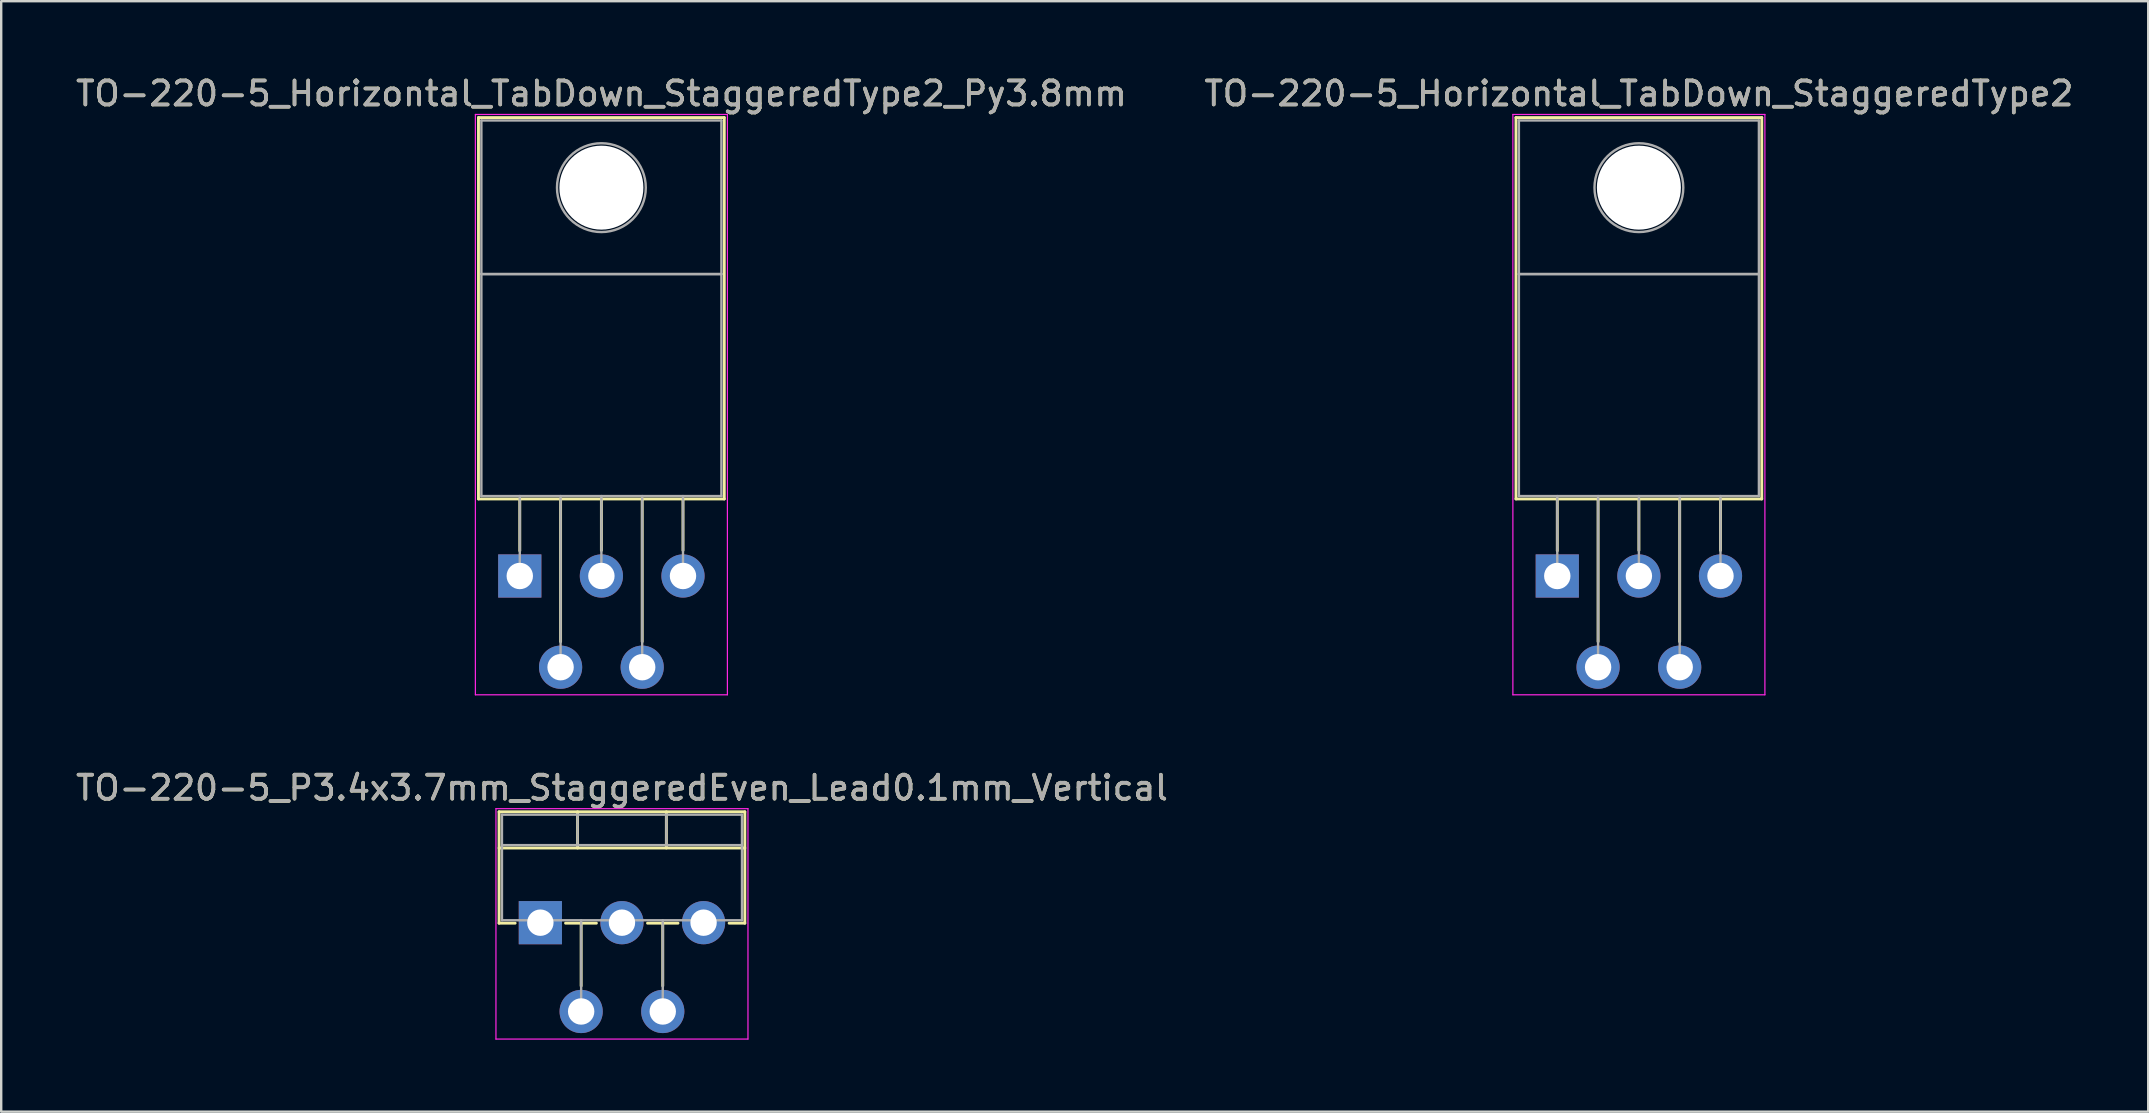
<source format=kicad_pcb>
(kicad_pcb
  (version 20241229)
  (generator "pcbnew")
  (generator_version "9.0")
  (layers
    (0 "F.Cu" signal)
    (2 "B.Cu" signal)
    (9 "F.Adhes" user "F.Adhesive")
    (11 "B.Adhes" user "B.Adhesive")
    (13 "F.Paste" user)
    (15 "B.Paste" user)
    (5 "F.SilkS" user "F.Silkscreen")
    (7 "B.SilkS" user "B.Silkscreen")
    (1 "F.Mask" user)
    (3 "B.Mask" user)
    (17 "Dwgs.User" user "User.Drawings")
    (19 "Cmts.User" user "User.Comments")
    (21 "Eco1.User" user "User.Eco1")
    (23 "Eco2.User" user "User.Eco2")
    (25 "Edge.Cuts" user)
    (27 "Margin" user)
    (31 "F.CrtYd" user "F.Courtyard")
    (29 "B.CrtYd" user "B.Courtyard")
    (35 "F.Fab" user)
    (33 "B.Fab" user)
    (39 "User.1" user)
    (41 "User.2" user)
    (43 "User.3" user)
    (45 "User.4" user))
  (footprint "TO-220-5_P3.4x3.7mm_StaggeredEven_Lead0.1mm_Vertical"
    (layer "F.Cu")
    (at 19.463 35.392)
    (property "Reference" "TO-220-5_P3.4x3.7mm_StaggeredEven_Lead0.1mm_Vertical" (at 3.4 -5.62 0) (layer "F.SilkS") (effects (font (size 1 1) (thickness 0.15))))
    (attr through_hole)
    (fp_line (start -1.721 -4.62) (end -1.721 0.021) (stroke (width 0.12) (type solid)) (layer "F.SilkS"))
    (fp_line (start -1.721 -4.62) (end 8.52 -4.62) (stroke (width 0.12) (type solid)) (layer "F.SilkS"))
    (fp_line (start -1.721 -3.111) (end 8.52 -3.111) (stroke (width 0.12) (type solid)) (layer "F.SilkS"))
    (fp_line (start -1.721 0.021) (end -1.05 0.021) (stroke (width 0.12) (type solid)) (layer "F.SilkS"))
    (fp_line (start 1.05 0.021) (end 2.335 0.021) (stroke (width 0.12) (type solid)) (layer "F.SilkS"))
    (fp_line (start 1.55 -4.62) (end 1.55 -3.111) (stroke (width 0.12) (type solid)) (layer "F.SilkS"))
    (fp_line (start 1.7 0.021) (end 1.7 2.635) (stroke (width 0.12) (type solid)) (layer "F.SilkS"))
    (fp_line (start 4.465 0.021) (end 5.735 0.021) (stroke (width 0.12) (type solid)) (layer "F.SilkS"))
    (fp_line (start 5.1 0.021) (end 5.1 2.635) (stroke (width 0.12) (type solid)) (layer "F.SilkS"))
    (fp_line (start 5.25 -4.62) (end 5.25 -3.111) (stroke (width 0.12) (type solid)) (layer "F.SilkS"))
    (fp_line (start 7.865 0.021) (end 8.52 0.021) (stroke (width 0.12) (type solid)) (layer "F.SilkS"))
    (fp_line (start 8.52 -4.62) (end 8.52 0.021) (stroke (width 0.12) (type solid)) (layer "F.SilkS"))
    (fp_line (start -1.85 -4.75) (end -1.85 4.85) (stroke (width 0.05) (type solid)) (layer "F.CrtYd"))
    (fp_line (start -1.85 4.85) (end 8.65 4.85) (stroke (width 0.05) (type solid)) (layer "F.CrtYd"))
    (fp_line (start 8.65 -4.75) (end -1.85 -4.75) (stroke (width 0.05) (type solid)) (layer "F.CrtYd"))
    (fp_line (start 8.65 4.85) (end 8.65 -4.75) (stroke (width 0.05) (type solid)) (layer "F.CrtYd"))
    (fp_line (start -1.6 -4.5) (end -1.6 -0.1) (stroke (width 0.1) (type solid)) (layer "F.Fab"))
    (fp_line (start -1.6 -3.23) (end 8.4 -3.23) (stroke (width 0.1) (type solid)) (layer "F.Fab"))
    (fp_line (start -1.6 -0.1) (end 8.4 -0.1) (stroke (width 0.1) (type solid)) (layer "F.Fab"))
    (fp_line (start 0 -0.1) (end 0 0) (stroke (width 0.1) (type solid)) (layer "F.Fab"))
    (fp_line (start 1.55 -4.5) (end 1.55 -3.23) (stroke (width 0.1) (type solid)) (layer "F.Fab"))
    (fp_line (start 1.7 -0.1) (end 1.7 3.7) (stroke (width 0.1) (type solid)) (layer "F.Fab"))
    (fp_line (start 3.4 -0.1) (end 3.4 0) (stroke (width 0.1) (type solid)) (layer "F.Fab"))
    (fp_line (start 5.1 -0.1) (end 5.1 3.7) (stroke (width 0.1) (type solid)) (layer "F.Fab"))
    (fp_line (start 5.25 -4.5) (end 5.25 -3.23) (stroke (width 0.1) (type solid)) (layer "F.Fab"))
    (fp_line (start 6.8 -0.1) (end 6.8 0) (stroke (width 0.1) (type solid)) (layer "F.Fab"))
    (fp_line (start 8.4 -4.5) (end -1.6 -4.5) (stroke (width 0.1) (type solid)) (layer "F.Fab"))
    (fp_line (start 8.4 -0.1) (end 8.4 -4.5) (stroke (width 0.1) (type solid)) (layer "F.Fab"))
    (fp_text user "${REFERENCE}" (at 3.4 -5.62 0) (layer "F.Fab") (effects (font (size 1 1) (thickness 0.15))))
    (pad "1" thru_hole rect (at 0 0) (size 1.8 1.8) (drill 1.1) (layers "*.Cu" "*.Mask"))
    (pad "2" thru_hole oval (at 1.7 3.7) (size 1.8 1.8) (drill 1.1) (layers "*.Cu" "*.Mask"))
    (pad "3" thru_hole oval (at 3.4 0) (size 1.8 1.8) (drill 1.1) (layers "*.Cu" "*.Mask"))
    (pad "4" thru_hole oval (at 5.1 3.7) (size 1.8 1.8) (drill 1.1) (layers "*.Cu" "*.Mask"))
    (pad "5" thru_hole oval (at 6.8 0) (size 1.8 1.8) (drill 1.1) (layers "*.Cu" "*.Mask")))
  (footprint "TO-220-5_Horizontal_TabDown_StaggeredType2"
    (layer "F.Cu")
    (at 61.832 20.948)
    (property "Reference" "TO-220-5_Horizontal_TabDown_StaggeredType2" (at 3.4 -20.1 0) (layer "F.SilkS") (effects (font (size 1 1) (thickness 0.15))))
    (attr through_hole)
    (fp_line (start -1.721 -19.1) (end -1.721 -3.21) (stroke (width 0.12) (type solid)) (layer "F.SilkS"))
    (fp_line (start -1.721 -19.1) (end 8.52 -19.1) (stroke (width 0.12) (type solid)) (layer "F.SilkS"))
    (fp_line (start -1.721 -3.21) (end 8.52 -3.21) (stroke (width 0.12) (type solid)) (layer "F.SilkS"))
    (fp_line (start 0 -3.21) (end 0 -1.05) (stroke (width 0.12) (type solid)) (layer "F.SilkS"))
    (fp_line (start 1.7 -3.21) (end 1.7 2.735) (stroke (width 0.12) (type solid)) (layer "F.SilkS"))
    (fp_line (start 3.4 -3.21) (end 3.4 -1.066) (stroke (width 0.12) (type solid)) (layer "F.SilkS"))
    (fp_line (start 5.1 -3.21) (end 5.1 2.735) (stroke (width 0.12) (type solid)) (layer "F.SilkS"))
    (fp_line (start 6.8 -3.21) (end 6.8 -1.066) (stroke (width 0.12) (type solid)) (layer "F.SilkS"))
    (fp_line (start 8.52 -19.1) (end 8.52 -3.21) (stroke (width 0.12) (type solid)) (layer "F.SilkS"))
    (fp_line (start -1.85 -19.23) (end -1.85 4.95) (stroke (width 0.05) (type solid)) (layer "F.CrtYd"))
    (fp_line (start -1.85 4.95) (end 8.65 4.95) (stroke (width 0.05) (type solid)) (layer "F.CrtYd"))
    (fp_line (start 8.65 -19.23) (end -1.85 -19.23) (stroke (width 0.05) (type solid)) (layer "F.CrtYd"))
    (fp_line (start 8.65 4.95) (end 8.65 -19.23) (stroke (width 0.05) (type solid)) (layer "F.CrtYd"))
    (fp_line (start -1.6 -18.98) (end 8.4 -18.98) (stroke (width 0.1) (type solid)) (layer "F.Fab"))
    (fp_line (start -1.6 -12.58) (end -1.6 -18.98) (stroke (width 0.1) (type solid)) (layer "F.Fab"))
    (fp_line (start -1.6 -12.58) (end 8.4 -12.58) (stroke (width 0.1) (type solid)) (layer "F.Fab"))
    (fp_line (start -1.6 -3.33) (end -1.6 -12.58) (stroke (width 0.1) (type solid)) (layer "F.Fab"))
    (fp_line (start 0 -3.33) (end 0 0) (stroke (width 0.1) (type solid)) (layer "F.Fab"))
    (fp_line (start 1.7 -3.33) (end 1.7 3.8) (stroke (width 0.1) (type solid)) (layer "F.Fab"))
    (fp_line (start 3.4 -3.33) (end 3.4 0) (stroke (width 0.1) (type solid)) (layer "F.Fab"))
    (fp_line (start 5.1 -3.33) (end 5.1 3.8) (stroke (width 0.1) (type solid)) (layer "F.Fab"))
    (fp_line (start 6.8 -3.33) (end 6.8 0) (stroke (width 0.1) (type solid)) (layer "F.Fab"))
    (fp_line (start 8.4 -18.98) (end 8.4 -12.58) (stroke (width 0.1) (type solid)) (layer "F.Fab"))
    (fp_line (start 8.4 -12.58) (end -1.6 -12.58) (stroke (width 0.1) (type solid)) (layer "F.Fab"))
    (fp_line (start 8.4 -12.58) (end 8.4 -3.33) (stroke (width 0.1) (type solid)) (layer "F.Fab"))
    (fp_line (start 8.4 -3.33) (end -1.6 -3.33) (stroke (width 0.1) (type solid)) (layer "F.Fab"))
    (fp_circle (center 3.4 -16.18) (end 5.25 -16.18) (stroke (width 0.1) (type solid)) (fill no) (layer "F.Fab"))
    (fp_text user "${REFERENCE}" (at 3.4 -20.1 0) (layer "F.Fab") (effects (font (size 1 1) (thickness 0.15))))
    (pad "" np_thru_hole oval (at 3.4 -16.18) (size 3.5 3.5) (drill 3.5) (layers "*.Cu" "*.Mask"))
    (pad "1" thru_hole rect (at 0 0) (size 1.8 1.8) (drill 1.1) (layers "*.Cu" "*.Mask"))
    (pad "2" thru_hole oval (at 1.7 3.8) (size 1.8 1.8) (drill 1.1) (layers "*.Cu" "*.Mask"))
    (pad "3" thru_hole oval (at 3.4 0) (size 1.8 1.8) (drill 1.1) (layers "*.Cu" "*.Mask"))
    (pad "4" thru_hole oval (at 5.1 3.8) (size 1.8 1.8) (drill 1.1) (layers "*.Cu" "*.Mask"))
    (pad "5" thru_hole oval (at 6.8 0) (size 1.8 1.8) (drill 1.1) (layers "*.Cu" "*.Mask")))
  (footprint "TO-220-5_Horizontal_TabDown_StaggeredType2_Py3.8mm"
    (layer "F.Cu")
    (at 18.606 20.948)
    (property "Reference" "TO-220-5_Horizontal_TabDown_StaggeredType2_Py3.8mm" (at 3.4 -20.1 0) (layer "F.SilkS") (effects (font (size 1 1) (thickness 0.15))))
    (attr through_hole)
    (fp_line (start -1.721 -19.1) (end -1.721 -3.21) (stroke (width 0.12) (type solid)) (layer "F.SilkS"))
    (fp_line (start -1.721 -19.1) (end 8.52 -19.1) (stroke (width 0.12) (type solid)) (layer "F.SilkS"))
    (fp_line (start -1.721 -3.21) (end 8.52 -3.21) (stroke (width 0.12) (type solid)) (layer "F.SilkS"))
    (fp_line (start 0 -3.21) (end 0 -1.05) (stroke (width 0.12) (type solid)) (layer "F.SilkS"))
    (fp_line (start 1.7 -3.21) (end 1.7 2.735) (stroke (width 0.12) (type solid)) (layer "F.SilkS"))
    (fp_line (start 3.4 -3.21) (end 3.4 -1.066) (stroke (width 0.12) (type solid)) (layer "F.SilkS"))
    (fp_line (start 5.1 -3.21) (end 5.1 2.735) (stroke (width 0.12) (type solid)) (layer "F.SilkS"))
    (fp_line (start 6.8 -3.21) (end 6.8 -1.066) (stroke (width 0.12) (type solid)) (layer "F.SilkS"))
    (fp_line (start 8.52 -19.1) (end 8.52 -3.21) (stroke (width 0.12) (type solid)) (layer "F.SilkS"))
    (fp_line (start -1.85 -19.23) (end -1.85 4.95) (stroke (width 0.05) (type solid)) (layer "F.CrtYd"))
    (fp_line (start -1.85 4.95) (end 8.65 4.95) (stroke (width 0.05) (type solid)) (layer "F.CrtYd"))
    (fp_line (start 8.65 -19.23) (end -1.85 -19.23) (stroke (width 0.05) (type solid)) (layer "F.CrtYd"))
    (fp_line (start 8.65 4.95) (end 8.65 -19.23) (stroke (width 0.05) (type solid)) (layer "F.CrtYd"))
    (fp_line (start -1.6 -18.98) (end 8.4 -18.98) (stroke (width 0.1) (type solid)) (layer "F.Fab"))
    (fp_line (start -1.6 -12.58) (end -1.6 -18.98) (stroke (width 0.1) (type solid)) (layer "F.Fab"))
    (fp_line (start -1.6 -12.58) (end 8.4 -12.58) (stroke (width 0.1) (type solid)) (layer "F.Fab"))
    (fp_line (start -1.6 -3.33) (end -1.6 -12.58) (stroke (width 0.1) (type solid)) (layer "F.Fab"))
    (fp_line (start 0 -3.33) (end 0 0) (stroke (width 0.1) (type solid)) (layer "F.Fab"))
    (fp_line (start 1.7 -3.33) (end 1.7 3.8) (stroke (width 0.1) (type solid)) (layer "F.Fab"))
    (fp_line (start 3.4 -3.33) (end 3.4 0) (stroke (width 0.1) (type solid)) (layer "F.Fab"))
    (fp_line (start 5.1 -3.33) (end 5.1 3.8) (stroke (width 0.1) (type solid)) (layer "F.Fab"))
    (fp_line (start 6.8 -3.33) (end 6.8 0) (stroke (width 0.1) (type solid)) (layer "F.Fab"))
    (fp_line (start 8.4 -18.98) (end 8.4 -12.58) (stroke (width 0.1) (type solid)) (layer "F.Fab"))
    (fp_line (start 8.4 -12.58) (end -1.6 -12.58) (stroke (width 0.1) (type solid)) (layer "F.Fab"))
    (fp_line (start 8.4 -12.58) (end 8.4 -3.33) (stroke (width 0.1) (type solid)) (layer "F.Fab"))
    (fp_line (start 8.4 -3.33) (end -1.6 -3.33) (stroke (width 0.1) (type solid)) (layer "F.Fab"))
    (fp_circle (center 3.4 -16.18) (end 5.25 -16.18) (stroke (width 0.1) (type solid)) (fill no) (layer "F.Fab"))
    (fp_text user "${REFERENCE}" (at 3.4 -20.1 0) (layer "F.Fab") (effects (font (size 1 1) (thickness 0.15))))
    (pad "" np_thru_hole oval (at 3.4 -16.18) (size 3.5 3.5) (drill 3.5) (layers "*.Cu" "*.Mask"))
    (pad "1" thru_hole rect (at 0 0) (size 1.8 1.8) (drill 1.1) (layers "*.Cu" "*.Mask"))
    (pad "2" thru_hole oval (at 1.7 3.8) (size 1.8 1.8) (drill 1.1) (layers "*.Cu" "*.Mask"))
    (pad "3" thru_hole oval (at 3.4 0) (size 1.8 1.8) (drill 1.1) (layers "*.Cu" "*.Mask"))
    (pad "4" thru_hole oval (at 5.1 3.8) (size 1.8 1.8) (drill 1.1) (layers "*.Cu" "*.Mask"))
    (pad "5" thru_hole oval (at 6.8 0) (size 1.8 1.8) (drill 1.1) (layers "*.Cu" "*.Mask")))
  (gr_rect
    (start -3 -3)
    (end 86.452 43.267)
    (stroke (width 0.1) (type default))
    (fill no)
    (layer "Edge.Cuts")))
</source>
